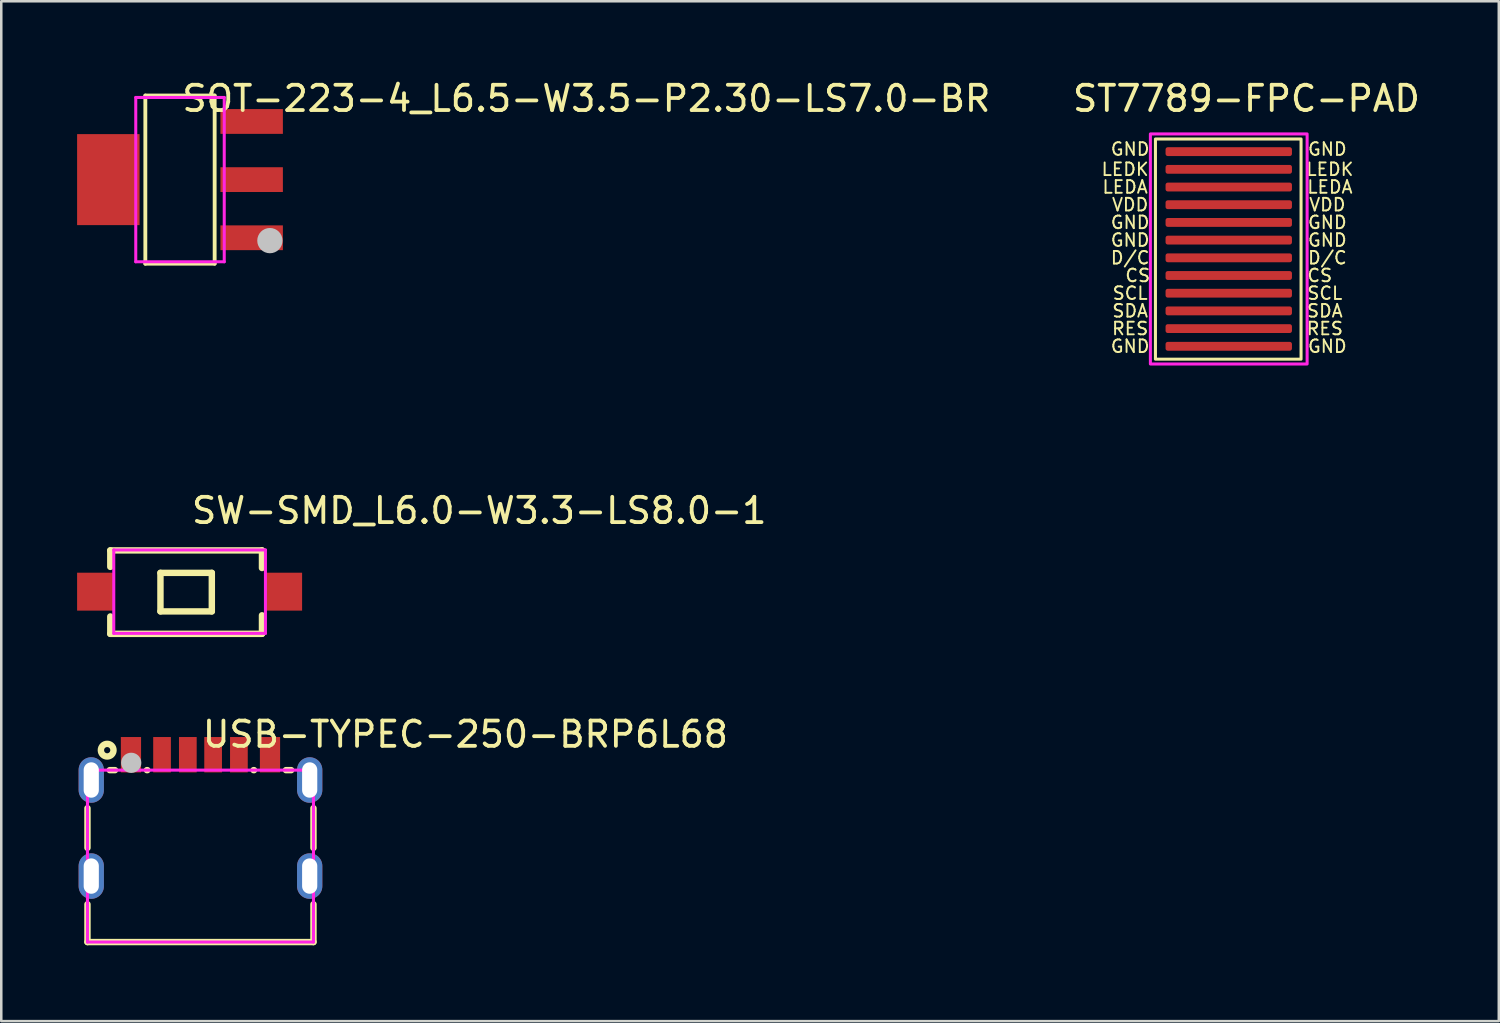
<source format=kicad_pcb>
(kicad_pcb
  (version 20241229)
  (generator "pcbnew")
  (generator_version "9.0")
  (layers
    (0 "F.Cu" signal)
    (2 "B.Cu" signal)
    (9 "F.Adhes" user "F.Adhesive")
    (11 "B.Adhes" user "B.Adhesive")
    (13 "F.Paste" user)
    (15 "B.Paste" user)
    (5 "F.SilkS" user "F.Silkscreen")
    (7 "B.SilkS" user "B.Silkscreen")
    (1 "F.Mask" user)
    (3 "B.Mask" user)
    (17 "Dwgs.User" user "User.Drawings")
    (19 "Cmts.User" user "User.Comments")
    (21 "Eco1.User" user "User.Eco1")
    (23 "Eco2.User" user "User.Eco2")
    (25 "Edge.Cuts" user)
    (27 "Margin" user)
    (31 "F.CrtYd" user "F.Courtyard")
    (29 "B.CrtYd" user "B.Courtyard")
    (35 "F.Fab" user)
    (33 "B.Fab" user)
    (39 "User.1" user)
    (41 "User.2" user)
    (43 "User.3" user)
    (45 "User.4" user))
  (footprint "USB-TYPEC-250-BRP6L68"
    (layer "F.Cu")
    (at 4.88 29.204)
    (property "Reference" "USB-TYPEC-250-BRP6L68" (at 0 -3.207 0) (layer "F.SilkS") (effects (font (size 1 1) (thickness 0.15)) (justify left)))
    (attr through_hole)
    (fp_line (start -4.47 1.284) (end -4.47 -0.285) (stroke (width 0.254) (type solid)) (layer "F.SilkS"))
    (fp_line (start -4.47 5.01) (end -4.47 3.516) (stroke (width 0.254) (type solid)) (layer "F.SilkS"))
    (fp_line (start -3.589 -1.79) (end -3.381 -1.79) (stroke (width 0.254) (type solid)) (layer "F.SilkS"))
    (fp_line (start -2.119 -1.79) (end -2.101 -1.79) (stroke (width 0.254) (type solid)) (layer "F.SilkS"))
    (fp_line (start 2.101 -1.79) (end 2.119 -1.79) (stroke (width 0.254) (type solid)) (layer "F.SilkS"))
    (fp_line (start 3.381 -1.79) (end 3.589 -1.79) (stroke (width 0.254) (type solid)) (layer "F.SilkS"))
    (fp_line (start 4.47 -0.285) (end 4.47 1.284) (stroke (width 0.254) (type solid)) (layer "F.SilkS"))
    (fp_line (start 4.47 3.516) (end 4.47 5.01) (stroke (width 0.254) (type solid)) (layer "F.SilkS"))
    (fp_line (start 4.47 5.01) (end -4.47 5.01) (stroke (width 0.254) (type solid)) (layer "F.SilkS"))
    (fp_circle (center -3.69 -2.58) (end -3.44 -2.58) (stroke (width 0.254) (type solid)) (fill no) (layer "F.SilkS"))
    (fp_poly (pts (xy -3.15 -3.1) (xy -2.35 -3.1) (xy -2.35 -1.7) (xy -3.15 -1.7)) (stroke (width 0.12) (type solid)) (fill yes) (layer "F.Paste"))
    (fp_poly (pts (xy -1.87 -3.1) (xy -1.17 -3.1) (xy -1.17 -1.7) (xy -1.87 -1.7)) (stroke (width 0.12) (type solid)) (fill yes) (layer "F.Paste"))
    (fp_poly (pts (xy -0.85 -3.1) (xy -0.15 -3.1) (xy -0.15 -1.7) (xy -0.85 -1.7)) (stroke (width 0.12) (type solid)) (fill yes) (layer "F.Paste"))
    (fp_poly (pts (xy 0.15 -3.1) (xy 0.85 -3.1) (xy 0.85 -1.7) (xy 0.15 -1.7)) (stroke (width 0.12) (type solid)) (fill yes) (layer "F.Paste"))
    (fp_poly (pts (xy 1.17 -3.1) (xy 1.87 -3.1) (xy 1.87 -1.7) (xy 1.17 -1.7)) (stroke (width 0.12) (type solid)) (fill yes) (layer "F.Paste"))
    (fp_poly (pts (xy 2.35 -3.1) (xy 3.15 -3.1) (xy 3.15 -1.7) (xy 2.35 -1.7)) (stroke (width 0.12) (type solid)) (fill yes) (layer "F.Paste"))
    (fp_poly (pts (xy -4.82 -1.8) (xy -4.81 -1.898) (xy -4.782 -1.991) (xy -4.736 -2.078) (xy -4.674 -2.154) (xy -4.598 -2.216) (xy -4.511 -2.262) (xy -4.418 -2.291) (xy -4.32 -2.3) (xy -4.222 -2.291) (xy -4.129 -2.262) (xy -4.042 -2.216) (xy -3.966 -2.154) (xy -3.904 -2.078) (xy -3.858 -1.991) (xy -3.83 -1.898) (xy -3.82 -1.8) (xy -3.82 -1) (xy -3.83 -0.903) (xy -3.858 -0.809) (xy -3.904 -0.722) (xy -3.966 -0.647) (xy -4.042 -0.584) (xy -4.129 -0.538) (xy -4.222 -0.51) (xy -4.32 -0.5) (xy -4.418 -0.51) (xy -4.511 -0.538) (xy -4.598 -0.584) (xy -4.674 -0.647) (xy -4.736 -0.722) (xy -4.782 -0.809) (xy -4.81 -0.903) (xy -4.82 -1)) (stroke (width 0.12) (type solid)) (fill yes) (layer "F.Paste"))
    (fp_poly (pts (xy -4.82 2) (xy -4.81 1.902) (xy -4.782 1.809) (xy -4.736 1.722) (xy -4.674 1.646) (xy -4.598 1.584) (xy -4.511 1.538) (xy -4.418 1.51) (xy -4.32 1.5) (xy -4.222 1.51) (xy -4.129 1.538) (xy -4.042 1.584) (xy -3.966 1.646) (xy -3.904 1.722) (xy -3.858 1.809) (xy -3.83 1.902) (xy -3.82 2) (xy -3.82 2.8) (xy -3.83 2.898) (xy -3.858 2.991) (xy -3.904 3.078) (xy -3.966 3.154) (xy -4.042 3.216) (xy -4.129 3.262) (xy -4.222 3.29) (xy -4.32 3.3) (xy -4.418 3.29) (xy -4.511 3.262) (xy -4.598 3.216) (xy -4.674 3.154) (xy -4.736 3.078) (xy -4.782 2.991) (xy -4.81 2.898) (xy -4.82 2.8)) (stroke (width 0.12) (type solid)) (fill yes) (layer "F.Paste"))
    (fp_poly (pts (xy 3.82 -1.8) (xy 3.83 -1.898) (xy 3.858 -1.991) (xy 3.904 -2.078) (xy 3.967 -2.154) (xy 4.042 -2.216) (xy 4.129 -2.262) (xy 4.223 -2.291) (xy 4.32 -2.3) (xy 4.418 -2.291) (xy 4.511 -2.262) (xy 4.598 -2.216) (xy 4.674 -2.154) (xy 4.736 -2.078) (xy 4.782 -1.991) (xy 4.81 -1.898) (xy 4.82 -1.8) (xy 4.82 -1) (xy 4.81 -0.903) (xy 4.782 -0.809) (xy 4.736 -0.722) (xy 4.674 -0.647) (xy 4.598 -0.584) (xy 4.511 -0.538) (xy 4.418 -0.51) (xy 4.32 -0.5) (xy 4.223 -0.51) (xy 4.129 -0.538) (xy 4.042 -0.584) (xy 3.967 -0.647) (xy 3.904 -0.722) (xy 3.858 -0.809) (xy 3.83 -0.903) (xy 3.82 -1)) (stroke (width 0.12) (type solid)) (fill yes) (layer "F.Paste"))
    (fp_poly (pts (xy 3.82 2) (xy 3.83 1.902) (xy 3.858 1.809) (xy 3.904 1.722) (xy 3.967 1.646) (xy 4.042 1.584) (xy 4.129 1.538) (xy 4.223 1.51) (xy 4.32 1.5) (xy 4.418 1.51) (xy 4.511 1.538) (xy 4.598 1.584) (xy 4.674 1.646) (xy 4.736 1.722) (xy 4.782 1.809) (xy 4.81 1.902) (xy 4.82 2) (xy 4.82 2.8) (xy 4.81 2.898) (xy 4.782 2.991) (xy 4.736 3.078) (xy 4.674 3.154) (xy 4.598 3.216) (xy 4.511 3.262) (xy 4.418 3.29) (xy 4.32 3.3) (xy 4.223 3.29) (xy 4.129 3.262) (xy 4.042 3.216) (xy 3.967 3.154) (xy 3.904 3.078) (xy 3.858 2.991) (xy 3.83 2.898) (xy 3.82 2.8)) (stroke (width 0.12) (type solid)) (fill yes) (layer "F.Paste"))
    (fp_circle (center -2.74 -2.08) (end -2.54 -2.08) (stroke (width 0.4) (type solid)) (fill no) (layer "Dwgs.User"))
    (fp_circle (center -4.47 -2.14) (end -4.44 -2.14) (stroke (width 0.06) (type solid)) (fill no) (layer "Eco2.User"))
    (fp_poly (pts (xy -4.47 -1.8) (xy -4.17 -1.8) (xy -4.17 -1) (xy -4.47 -1)) (stroke (width 0.12) (type solid)) (fill no) (layer "Eco2.User"))
    (fp_poly (pts (xy -4.47 2) (xy -4.17 2) (xy -4.17 2.8) (xy -4.47 2.8)) (stroke (width 0.12) (type solid)) (fill no) (layer "Eco2.User"))
    (fp_poly (pts (xy -3.05 -2.14) (xy -2.45 -2.14) (xy -2.45 -1.14) (xy -3.05 -1.14)) (stroke (width 0.12) (type solid)) (fill no) (layer "Eco2.User"))
    (fp_poly (pts (xy -1.8 -2.14) (xy -1.24 -2.14) (xy -1.24 -1.14) (xy -1.8 -1.14)) (stroke (width 0.12) (type solid)) (fill no) (layer "Eco2.User"))
    (fp_poly (pts (xy -0.75 -2.14) (xy -0.25 -2.14) (xy -0.25 -1.14) (xy -0.75 -1.14)) (stroke (width 0.12) (type solid)) (fill no) (layer "Eco2.User"))
    (fp_poly (pts (xy 0.25 -2.14) (xy 0.75 -2.14) (xy 0.75 -1.14) (xy 0.25 -1.14)) (stroke (width 0.12) (type solid)) (fill no) (layer "Eco2.User"))
    (fp_poly (pts (xy 1.24 -2.14) (xy 1.8 -2.14) (xy 1.8 -1.14) (xy 1.24 -1.14)) (stroke (width 0.12) (type solid)) (fill no) (layer "Eco2.User"))
    (fp_poly (pts (xy 2.45 -2.14) (xy 3.05 -2.14) (xy 3.05 -1.14) (xy 2.45 -1.14)) (stroke (width 0.12) (type solid)) (fill no) (layer "Eco2.User"))
    (fp_poly (pts (xy 4.17 -1.8) (xy 4.47 -1.8) (xy 4.47 -1) (xy 4.17 -1)) (stroke (width 0.12) (type solid)) (fill no) (layer "Eco2.User"))
    (fp_poly (pts (xy 4.17 2) (xy 4.47 2) (xy 4.47 2.8) (xy 4.17 2.8)) (stroke (width 0.12) (type solid)) (fill no) (layer "Eco2.User"))
    (fp_line (start -4.47 -1.79) (end 4.47 -1.79) (stroke (width 0.12) (type solid)) (layer "F.CrtYd"))
    (fp_line (start -4.47 5.01) (end -4.47 -1.79) (stroke (width 0.12) (type solid)) (layer "F.CrtYd"))
    (fp_line (start 4.47 -1.79) (end 4.47 5.01) (stroke (width 0.12) (type solid)) (layer "F.CrtYd"))
    (fp_line (start 4.47 5.01) (end -4.47 5.01) (stroke (width 0.12) (type solid)) (layer "F.CrtYd"))
    (pad "1" thru_hole oval (at -4.32 -1.4) (size 1 1.8) (drill oval 0.6 1.4) (layers "*.Cu" "*.Mask"))
    (pad "2" thru_hole oval (at 4.32 -1.4) (size 1 1.8) (drill oval 0.6 1.4) (layers "*.Cu" "*.Mask"))
    (pad "3" thru_hole oval (at -4.32 2.4) (size 1 1.8) (drill oval 0.6 1.4) (layers "*.Cu" "*.Mask"))
    (pad "4" thru_hole oval (at 4.32 2.4) (size 1 1.8) (drill oval 0.6 1.4) (layers "*.Cu" "*.Mask"))
    (pad "A5" smd rect (at -0.5 -2.4) (size 0.7 1.4) (layers "F.Cu" "F.Mask" "F.Paste"))
    (pad "A9" smd rect (at 1.52 -2.4) (size 0.7 1.4) (layers "F.Cu" "F.Mask" "F.Paste"))
    (pad "A12" smd rect (at 2.75 -2.4) (size 0.8 1.4) (layers "F.Cu" "F.Mask" "F.Paste"))
    (pad "B5" smd rect (at 0.5 -2.4) (size 0.7 1.4) (layers "F.Cu" "F.Mask" "F.Paste"))
    (pad "B9" smd rect (at -1.52 -2.4) (size 0.7 1.4) (layers "F.Cu" "F.Mask" "F.Paste"))
    (pad "B12" smd rect (at -2.75 -2.4) (size 0.8 1.4) (layers "F.Cu" "F.Mask" "F.Paste")))
  (footprint "ST7789-FPC-PAD"
    (layer "F.Cu")
    (at 39.555 13.048)
    (property "Reference" "ST7789-FPC-PAD" (at 6.7 -12.2 0) (unlocked yes) (layer "F.SilkS") (effects (font (size 1 1) (thickness 0.15))))
    (attr smd)
    (fp_rect (start 3.1 -10.6) (end 8.86 -1.89) (stroke (width 0.12) (type solid)) (fill no) (layer "F.SilkS"))
    (fp_rect (start 2.9 -10.8) (end 9.1 -1.7) (stroke (width 0.12) (type solid)) (fill no) (layer "F.CrtYd"))
    (fp_text user "LEDK" (at 1.9 -9.4 0) (unlocked yes) (layer "F.SilkS") (effects (font (size 0.5 0.5) (thickness 0.075))))
    (fp_text user "GND" (at 2.1 -7.3 0) (unlocked yes) (layer "F.SilkS") (effects (font (size 0.5 0.5) (thickness 0.075))))
    (fp_text user "LEDA" (at 10 -8.7 0) (unlocked yes) (layer "F.SilkS") (effects (font (size 0.5 0.5) (thickness 0.075))))
    (fp_text user "GND" (at 9.9 -6.6 0) (unlocked yes) (layer "F.SilkS") (effects (font (size 0.5 0.5) (thickness 0.075))))
    (fp_text user "CS" (at 2.4 -5.2 0) (unlocked yes) (layer "F.SilkS") (effects (font (size 0.5 0.5) (thickness 0.075))))
    (fp_text user "SDA" (at 2.1 -3.8 0) (unlocked yes) (layer "F.SilkS") (effects (font (size 0.5 0.5) (thickness 0.075))))
    (fp_text user "RES" (at 2.1 -3.1 0) (unlocked yes) (layer "F.SilkS") (effects (font (size 0.5 0.5) (thickness 0.075))))
    (fp_text user "GND" (at 2.1 -2.4 0) (unlocked yes) (layer "F.SilkS") (effects (font (size 0.5 0.5) (thickness 0.075))))
    (fp_text user "VDD" (at 9.9 -8 0) (unlocked yes) (layer "F.SilkS") (effects (font (size 0.5 0.5) (thickness 0.075))))
    (fp_text user "SDA" (at 9.8 -3.8 0) (unlocked yes) (layer "F.SilkS") (effects (font (size 0.5 0.5) (thickness 0.075))))
    (fp_text user "VDD" (at 2.1 -8 0) (unlocked yes) (layer "F.SilkS") (effects (font (size 0.5 0.5) (thickness 0.075))))
    (fp_text user "CS" (at 9.6 -5.2 0) (unlocked yes) (layer "F.SilkS") (effects (font (size 0.5 0.5) (thickness 0.075))))
    (fp_text user "LEDA" (at 1.9 -8.7 0) (unlocked yes) (layer "F.SilkS") (effects (font (size 0.5 0.5) (thickness 0.075))))
    (fp_text user "GND" (at 2.1 -6.6 0) (unlocked yes) (layer "F.SilkS") (effects (font (size 0.5 0.5) (thickness 0.075))))
    (fp_text user "GND" (at 9.9 -7.3 0) (unlocked yes) (layer "F.SilkS") (effects (font (size 0.5 0.5) (thickness 0.075))))
    (fp_text user "D/C" (at 9.9 -5.9 0) (unlocked yes) (layer "F.SilkS") (effects (font (size 0.5 0.5) (thickness 0.075))))
    (fp_text user "D/C" (at 2.1 -5.9 0) (unlocked yes) (layer "F.SilkS") (effects (font (size 0.5 0.5) (thickness 0.075))))
    (fp_text user "GND" (at 2.1 -10.2 0) (unlocked yes) (layer "F.SilkS") (effects (font (size 0.5 0.5) (thickness 0.075))))
    (fp_text user "SCL" (at 2.1 -4.5 0) (unlocked yes) (layer "F.SilkS") (effects (font (size 0.5 0.5) (thickness 0.075))))
    (fp_text user "GND" (at 9.9 -2.4 0) (unlocked yes) (layer "F.SilkS") (effects (font (size 0.5 0.5) (thickness 0.075))))
    (fp_text user "LEDK" (at 10 -9.4 0) (unlocked yes) (layer "F.SilkS") (effects (font (size 0.5 0.5) (thickness 0.075))))
    (fp_text user "RES" (at 9.8 -3.1 0) (unlocked yes) (layer "F.SilkS") (effects (font (size 0.5 0.5) (thickness 0.075))))
    (fp_text user "SCL" (at 9.8 -4.5 0) (unlocked yes) (layer "F.SilkS") (effects (font (size 0.5 0.5) (thickness 0.075))))
    (fp_text user "GND" (at 9.9 -10.2 0) (unlocked yes) (layer "F.SilkS") (effects (font (size 0.5 0.5) (thickness 0.075))))
    (pad "1" smd roundrect (at 6 -10.1) (size 5 0.35) (layers "F.Cu" "F.Mask" "F.Paste") (roundrect_rratio 0.25))
    (pad "2" smd roundrect (at 6 -9.4) (size 5 0.35) (layers "F.Cu" "F.Mask" "F.Paste") (roundrect_rratio 0.25))
    (pad "3" smd roundrect (at 6 -8.7) (size 5 0.35) (layers "F.Cu" "F.Mask" "F.Paste") (roundrect_rratio 0.25))
    (pad "4" smd roundrect (at 6 -8) (size 5 0.35) (layers "F.Cu" "F.Mask" "F.Paste") (roundrect_rratio 0.25))
    (pad "5" smd roundrect (at 6 -7.3) (size 5 0.35) (layers "F.Cu" "F.Mask" "F.Paste") (roundrect_rratio 0.25))
    (pad "6" smd roundrect (at 6 -6.6) (size 5 0.35) (layers "F.Cu" "F.Mask" "F.Paste") (roundrect_rratio 0.25))
    (pad "7" smd roundrect (at 6 -5.9) (size 5 0.35) (layers "F.Cu" "F.Mask" "F.Paste") (roundrect_rratio 0.25))
    (pad "8" smd roundrect (at 6 -5.2) (size 5 0.35) (layers "F.Cu" "F.Mask" "F.Paste") (roundrect_rratio 0.25))
    (pad "9" smd roundrect (at 6 -4.5) (size 5 0.35) (layers "F.Cu" "F.Mask" "F.Paste") (roundrect_rratio 0.25))
    (pad "10" smd roundrect (at 6 -3.8) (size 5 0.35) (layers "F.Cu" "F.Mask" "F.Paste") (roundrect_rratio 0.25))
    (pad "11" smd roundrect (at 6 -3.1) (size 5 0.35) (layers "F.Cu" "F.Mask" "F.Paste") (roundrect_rratio 0.25))
    (pad "12" smd roundrect (at 6 -2.4) (size 5 0.35) (layers "F.Cu" "F.Mask" "F.Paste") (roundrect_rratio 0.25)))
  (footprint "SW-SMD_L6.0-W3.3-LS8.0-1"
    (layer "F.Cu")
    (at 4.45 20.354)
    (property "Reference" "SW-SMD_L6.0-W3.3-LS8.0-1" (at 0 -3.207 0) (layer "F.SilkS") (effects (font (size 1 1) (thickness 0.15)) (justify left)))
    (attr through_hole)
    (fp_line (start -3.137 -1.632) (end -3.137 -0.981) (stroke (width 0.254) (type solid)) (layer "F.SilkS"))
    (fp_line (start -3.137 -1.632) (end 2.863 -1.632) (stroke (width 0.254) (type solid)) (layer "F.SilkS"))
    (fp_line (start -3.137 0.981) (end -3.137 1.668) (stroke (width 0.254) (type solid)) (layer "F.SilkS"))
    (fp_line (start -1.153 -0.744) (end 0.879 -0.744) (stroke (width 0.254) (type solid)) (layer "F.SilkS"))
    (fp_line (start -1.153 0.78) (end -1.153 -0.744) (stroke (width 0.254) (type solid)) (layer "F.SilkS"))
    (fp_line (start 0.879 -0.744) (end 0.879 0.78) (stroke (width 0.254) (type solid)) (layer "F.SilkS"))
    (fp_line (start 0.879 0.78) (end -1.153 0.78) (stroke (width 0.254) (type solid)) (layer "F.SilkS"))
    (fp_line (start 2.863 -0.935) (end 2.863 -1.632) (stroke (width 0.254) (type solid)) (layer "F.SilkS"))
    (fp_line (start 2.863 1.668) (end -3.137 1.668) (stroke (width 0.254) (type solid)) (layer "F.SilkS"))
    (fp_line (start 2.863 1.668) (end 2.863 0.935) (stroke (width 0.254) (type solid)) (layer "F.SilkS"))
    (fp_line (start -3.51 -0.45) (end -2.99 -0.45) (stroke (width 0.12) (type solid)) (layer "Eco2.User"))
    (fp_line (start -3.51 0.45) (end -3.51 -0.45) (stroke (width 0.12) (type solid)) (layer "Eco2.User"))
    (fp_line (start -2.99 -0.45) (end -2.99 0.45) (stroke (width 0.12) (type solid)) (layer "Eco2.User"))
    (fp_line (start -2.99 0.45) (end -3.51 0.45) (stroke (width 0.12) (type solid)) (layer "Eco2.User"))
    (fp_line (start 2.99 -0.45) (end 3.51 -0.45) (stroke (width 0.12) (type solid)) (layer "Eco2.User"))
    (fp_line (start 2.99 0.45) (end 2.99 -0.45) (stroke (width 0.12) (type solid)) (layer "Eco2.User"))
    (fp_line (start 3.51 -0.45) (end 3.51 0.45) (stroke (width 0.12) (type solid)) (layer "Eco2.User"))
    (fp_line (start 3.51 0.45) (end 2.99 0.45) (stroke (width 0.12) (type solid)) (layer "Eco2.User"))
    (fp_circle (center -4 1.65) (end -3.97 1.65) (stroke (width 0.06) (type solid)) (fill no) (layer "Eco2.User"))
    (fp_poly (pts (xy -4 0.45) (xy -4 -0.45) (xy -3.5 -0.45) (xy -3.5 0.45)) (stroke (width 0.12) (type solid)) (fill no) (layer "Eco2.User"))
    (fp_poly (pts (xy 3.5 0.45) (xy 3.5 -0.45) (xy 4 -0.45) (xy 4 0.45)) (stroke (width 0.12) (type solid)) (fill no) (layer "Eco2.User"))
    (fp_line (start -3 -1.65) (end 3 -1.65) (stroke (width 0.12) (type solid)) (layer "F.CrtYd"))
    (fp_line (start -3 1.65) (end -3 -1.65) (stroke (width 0.12) (type solid)) (layer "F.CrtYd"))
    (fp_line (start 3 -1.65) (end 3 1.65) (stroke (width 0.12) (type solid)) (layer "F.CrtYd"))
    (fp_line (start 3 1.65) (end -3 1.65) (stroke (width 0.12) (type solid)) (layer "F.CrtYd"))
    (pad "1" smd rect (at -3.7 0) (size 1.5 1.5) (layers "F.Cu" "F.Mask" "F.Paste"))
    (pad "2" smd rect (at 3.7 0) (size 1.5 1.5) (layers "F.Cu" "F.Mask" "F.Paste")))
  (footprint "SOT-223-4_L6.5-W3.5-P2.30-LS7.0-BR"
    (layer "F.Cu")
    (at 4.07 4.055)
    (property "Reference" "SOT-223-4_L6.5-W3.5-P2.30-LS7.0-BR" (at 0 -3.207 0) (layer "F.SilkS") (effects (font (size 1 1) (thickness 0.15)) (justify left)))
    (attr through_hole)
    (fp_line (start -1.371 -3.326) (end 1.371 -3.326) (stroke (width 0.152) (type solid)) (layer "F.SilkS"))
    (fp_line (start -1.371 3.326) (end -1.371 -3.326) (stroke (width 0.152) (type solid)) (layer "F.SilkS"))
    (fp_line (start 1.371 -3.326) (end 1.371 3.326) (stroke (width 0.152) (type solid)) (layer "F.SilkS"))
    (fp_line (start 1.371 3.326) (end -1.371 3.326) (stroke (width 0.152) (type solid)) (layer "F.SilkS"))
    (fp_circle (center 3.556 2.413) (end 3.806 2.413) (stroke (width 0.5) (type solid)) (fill no) (layer "Dwgs.User"))
    (fp_line (start -2.56 -1.5) (end -1.74 -1.5) (stroke (width 0.12) (type solid)) (layer "Eco2.User"))
    (fp_line (start -2.56 1.5) (end -2.56 -1.5) (stroke (width 0.12) (type solid)) (layer "Eco2.User"))
    (fp_line (start -1.74 -1.5) (end -1.74 1.5) (stroke (width 0.12) (type solid)) (layer "Eco2.User"))
    (fp_line (start -1.74 1.5) (end -2.56 1.5) (stroke (width 0.12) (type solid)) (layer "Eco2.User"))
    (fp_line (start 1.74 -2.65) (end 2.56 -2.65) (stroke (width 0.12) (type solid)) (layer "Eco2.User"))
    (fp_line (start 1.74 -1.95) (end 1.74 -2.65) (stroke (width 0.12) (type solid)) (layer "Eco2.User"))
    (fp_line (start 1.74 -0.35) (end 2.56 -0.35) (stroke (width 0.12) (type solid)) (layer "Eco2.User"))
    (fp_line (start 1.74 0.35) (end 1.74 -0.35) (stroke (width 0.12) (type solid)) (layer "Eco2.User"))
    (fp_line (start 1.74 1.95) (end 2.56 1.95) (stroke (width 0.12) (type solid)) (layer "Eco2.User"))
    (fp_line (start 1.74 2.65) (end 1.74 1.95) (stroke (width 0.12) (type solid)) (layer "Eco2.User"))
    (fp_line (start 2.56 -2.65) (end 2.56 -1.95) (stroke (width 0.12) (type solid)) (layer "Eco2.User"))
    (fp_line (start 2.56 -1.95) (end 1.74 -1.95) (stroke (width 0.12) (type solid)) (layer "Eco2.User"))
    (fp_line (start 2.56 -0.35) (end 2.56 0.35) (stroke (width 0.12) (type solid)) (layer "Eco2.User"))
    (fp_line (start 2.56 0.35) (end 1.74 0.35) (stroke (width 0.12) (type solid)) (layer "Eco2.User"))
    (fp_line (start 2.56 1.95) (end 2.56 2.65) (stroke (width 0.12) (type solid)) (layer "Eco2.User"))
    (fp_line (start 2.56 2.65) (end 1.74 2.65) (stroke (width 0.12) (type solid)) (layer "Eco2.User"))
    (fp_circle (center 3.5 3.25) (end 3.53 3.25) (stroke (width 0.06) (type solid)) (fill no) (layer "Eco2.User"))
    (fp_poly (pts (xy -2.55 1.5) (xy -2.55 -1.5) (xy -3.5 -1.5) (xy -3.5 1.5)) (stroke (width 0.12) (type solid)) (fill no) (layer "Eco2.User"))
    (fp_poly (pts (xy 2.55 -1.95) (xy 2.55 -2.65) (xy 3.5 -2.65) (xy 3.5 -1.95)) (stroke (width 0.12) (type solid)) (fill no) (layer "Eco2.User"))
    (fp_poly (pts (xy 2.55 0.35) (xy 2.55 -0.35) (xy 3.5 -0.35) (xy 3.5 0.35)) (stroke (width 0.12) (type solid)) (fill no) (layer "Eco2.User"))
    (fp_poly (pts (xy 2.55 2.65) (xy 2.55 1.95) (xy 3.5 1.95) (xy 3.5 2.65)) (stroke (width 0.12) (type solid)) (fill no) (layer "Eco2.User"))
    (fp_line (start -1.75 -3.25) (end 1.75 -3.25) (stroke (width 0.12) (type solid)) (layer "F.CrtYd"))
    (fp_line (start -1.75 3.25) (end -1.75 -3.25) (stroke (width 0.12) (type solid)) (layer "F.CrtYd"))
    (fp_line (start 1.75 -3.25) (end 1.75 3.25) (stroke (width 0.12) (type solid)) (layer "F.CrtYd"))
    (fp_line (start 1.75 3.25) (end -1.75 3.25) (stroke (width 0.12) (type solid)) (layer "F.CrtYd"))
    (pad "1" smd rect (at 2.835 2.3) (size 2.47 0.98) (layers "F.Cu" "F.Mask" "F.Paste"))
    (pad "2" smd rect (at 2.835 0) (size 2.47 0.98) (layers "F.Cu" "F.Mask" "F.Paste"))
    (pad "3" smd rect (at 2.835 -2.3) (size 2.47 0.98) (layers "F.Cu" "F.Mask" "F.Paste"))
    (pad "4" smd rect (at -2.835 0) (size 2.47 3.6) (layers "F.Cu" "F.Mask" "F.Paste")))
  (gr_rect
    (start -3 -3)
    (end 56.237 37.341)
    (stroke (width 0.1) (type default))
    (fill no)
    (layer "Edge.Cuts")))
</source>
